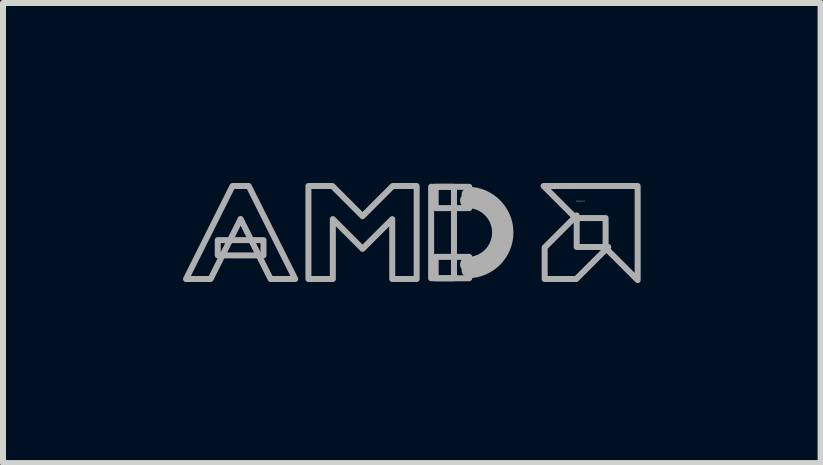
<source format=kicad_pcb>
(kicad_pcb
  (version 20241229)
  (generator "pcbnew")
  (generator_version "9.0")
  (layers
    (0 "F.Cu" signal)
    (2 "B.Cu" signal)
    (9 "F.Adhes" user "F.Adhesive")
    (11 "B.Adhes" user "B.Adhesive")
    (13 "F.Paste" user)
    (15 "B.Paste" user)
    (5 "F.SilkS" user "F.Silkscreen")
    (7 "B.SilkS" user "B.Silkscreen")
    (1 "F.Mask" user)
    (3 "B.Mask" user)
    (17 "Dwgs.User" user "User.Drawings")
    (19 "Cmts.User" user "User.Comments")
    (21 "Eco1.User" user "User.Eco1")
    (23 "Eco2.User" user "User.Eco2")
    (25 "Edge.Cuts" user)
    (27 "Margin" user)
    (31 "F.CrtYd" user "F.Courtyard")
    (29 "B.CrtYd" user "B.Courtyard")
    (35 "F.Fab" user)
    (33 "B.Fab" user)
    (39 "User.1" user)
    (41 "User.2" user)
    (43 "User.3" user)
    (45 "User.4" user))
  (footprint "footprint"
    (layer "F.Cu")
    (at 6.802 0.825)
    (property "Reference" "footprint" (at -0.254 -0.508 0) (layer "F.SilkS") (effects (font (size 0.023 0.023) (thickness 0.002)) (justify left bottom)))
    (fp_arc (start -2.0574 -0.7366) (mid -1.3208 0) (end -2.0574 0.7366) (stroke (width 0.0508) (type solid)) (layer "F.Fab"))
    (fp_arc (start -2.0574 -0.635) (mid -1.4224 0) (end -2.0574 0.635) (stroke (width 0.2032) (type solid)) (layer "F.Fab"))
    (fp_arc (start -2.0574 -0.5334) (mid -1.524 0) (end -2.0574 0.5334) (stroke (width 0.254) (type solid)) (layer "F.Fab"))
    (fp_poly (pts (xy -6.223 0.381) (xy -5.461 0.381) (xy -5.461 0.127) (xy -6.223 0.127)) (stroke (width 0.1) (type solid)) (fill no) (layer "F.Fab"))
    (fp_poly (pts (xy -2.667 0.762) (xy -2.286 0.762) (xy -2.286 -0.762) (xy -2.667 -0.762)) (stroke (width 0.1) (type solid)) (fill no) (layer "F.Fab"))
    (fp_poly (pts (xy -2.591 -0.406) (xy -2.032 -0.406) (xy -2.032 -0.762) (xy -2.591 -0.762)) (stroke (width 0.1) (type solid)) (fill no) (layer "F.Fab"))
    (fp_poly (pts (xy -2.591 0.762) (xy -2.032 0.762) (xy -2.032 0.406) (xy -2.591 0.406)) (stroke (width 0.1) (type solid)) (fill no) (layer "F.Fab"))
    (fp_poly (pts (xy -0.241 0.241) (xy 0.285 0.241) (xy -0.249 0.775) (xy -0.775 0.775) (xy -0.775 0.249) (xy -0.241 -0.285)) (stroke (width 0.1) (type solid)) (fill no) (layer "F.Fab"))
    (fp_poly (pts (xy 0.775 0.793) (xy 0.241 0.259) (xy 0.241 -0.241) (xy -0.259 -0.241) (xy -0.793 -0.775) (xy 0.775 -0.775)) (stroke (width 0.1) (type solid)) (fill no) (layer "F.Fab"))
    (fp_poly (pts (xy -4.932 0.775) (xy -5.342 0.775) (xy -5.842 -0.226) (xy -6.342 0.775) (xy -6.752 0.775) (xy -5.977 -0.775) (xy -5.707 -0.775)) (stroke (width 0.1) (type solid)) (fill no) (layer "F.Fab"))
    (fp_poly (pts (xy -3.81 -0.272) (xy -3.307 -0.775) (xy -2.908 -0.775) (xy -2.908 0.775) (xy -3.315 0.775) (xy -3.315 -0.223) (xy -3.81 0.272) (xy -4.305 -0.223) (xy -4.305 0.775) (xy -4.712 0.775) (xy -4.712 -0.775) (xy -4.313 -0.775)) (stroke (width 0.1) (type solid)) (fill no) (layer "F.Fab")))
  (gr_rect
    (start -3 -3)
    (end 10.626 4.667)
    (stroke (width 0.1) (type default))
    (fill no)
    (layer "Edge.Cuts")))
</source>
